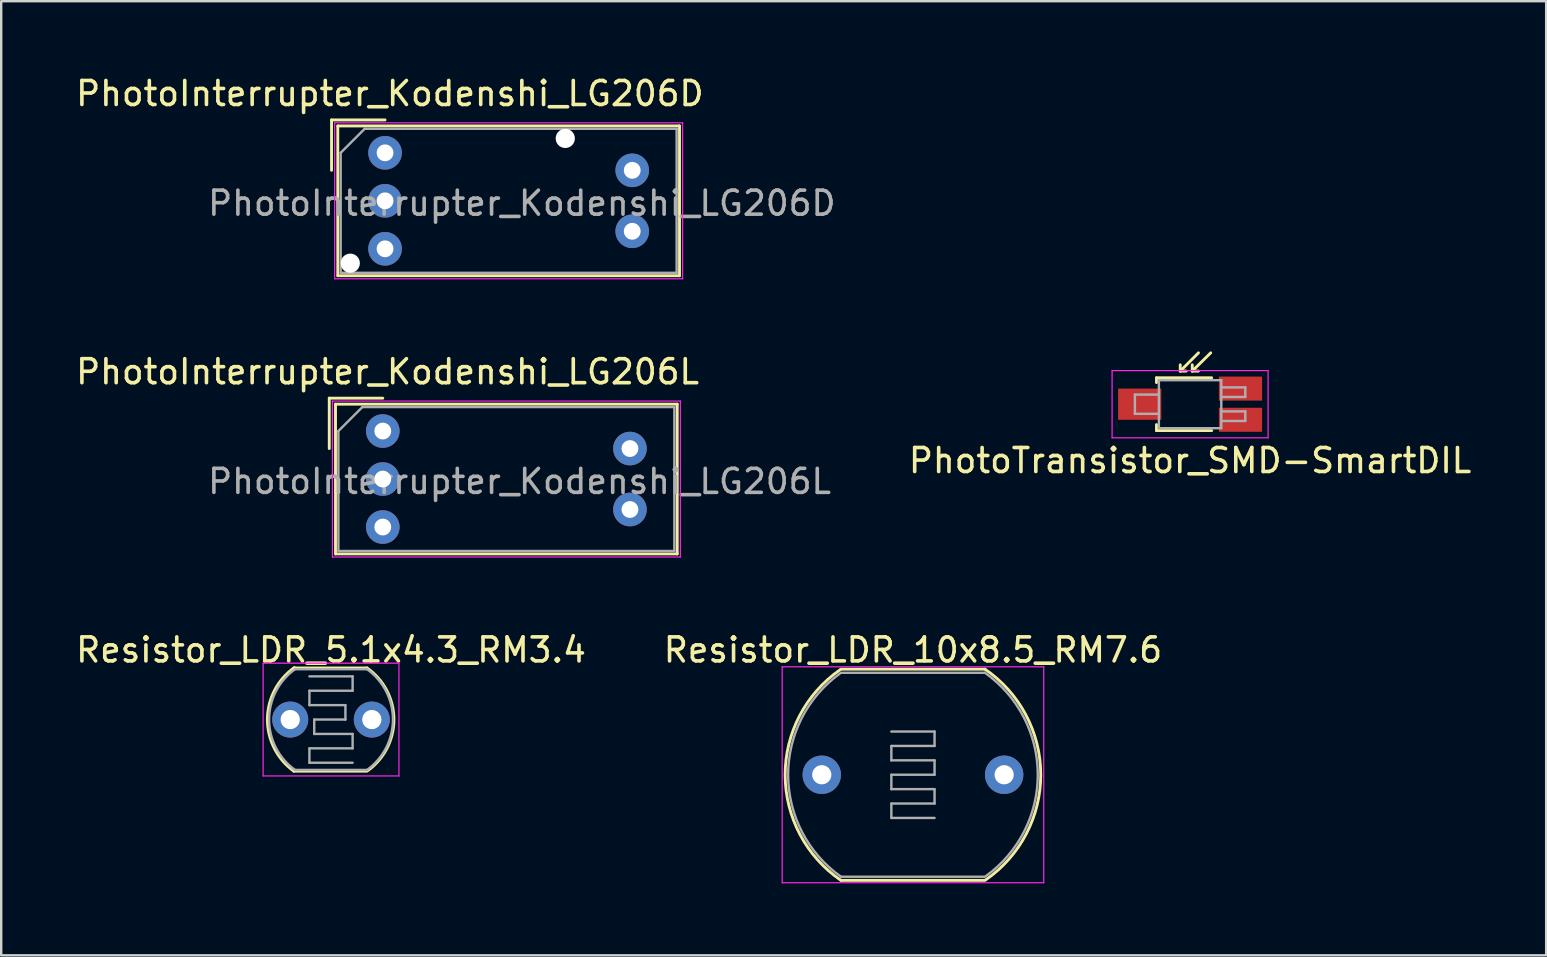
<source format=kicad_pcb>
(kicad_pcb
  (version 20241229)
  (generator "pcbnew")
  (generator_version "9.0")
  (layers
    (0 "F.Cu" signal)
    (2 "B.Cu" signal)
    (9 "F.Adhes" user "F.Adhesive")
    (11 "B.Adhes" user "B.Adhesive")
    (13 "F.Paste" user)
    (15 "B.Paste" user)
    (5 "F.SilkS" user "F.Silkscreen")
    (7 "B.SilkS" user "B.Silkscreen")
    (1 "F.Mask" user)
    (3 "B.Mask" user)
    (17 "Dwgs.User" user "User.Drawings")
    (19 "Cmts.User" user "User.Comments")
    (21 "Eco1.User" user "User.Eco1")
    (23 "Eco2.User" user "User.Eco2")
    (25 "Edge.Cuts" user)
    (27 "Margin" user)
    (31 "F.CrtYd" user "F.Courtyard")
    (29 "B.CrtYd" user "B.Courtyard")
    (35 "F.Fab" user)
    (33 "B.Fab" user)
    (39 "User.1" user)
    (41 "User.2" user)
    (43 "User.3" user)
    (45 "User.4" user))
  (footprint "PhotoTransistor_SMD-SmartDIL"
    (layer "F.Cu")
    (at 46.542 13.793)
    (property "Reference" "PhotoTransistor_SMD-SmartDIL" (at 0 2.35 0) (layer "F.SilkS") (effects (font (size 1 1) (thickness 0.15))))
    (attr smd)
    (fp_line (start -1.4 -1.1) (end -1.4 -0.9) (stroke (width 0.12) (type solid)) (layer "F.SilkS"))
    (fp_line (start -1.4 -1.1) (end 0.9 -1.1) (stroke (width 0.12) (type solid)) (layer "F.SilkS"))
    (fp_line (start -1.4 1.1) (end -1.4 0.85) (stroke (width 0.12) (type solid)) (layer "F.SilkS"))
    (fp_line (start -0.41 -1.38) (end -0.41 -1.64) (stroke (width 0.12) (type solid)) (layer "F.SilkS"))
    (fp_line (start -0.41 -1.38) (end -0.16 -1.38) (stroke (width 0.12) (type solid)) (layer "F.SilkS"))
    (fp_line (start 0.09 -1.38) (end 0.09 -1.64) (stroke (width 0.12) (type solid)) (layer "F.SilkS"))
    (fp_line (start 0.09 -1.38) (end 0.35 -1.38) (stroke (width 0.12) (type solid)) (layer "F.SilkS"))
    (fp_line (start 0.35 -2.14) (end -0.41 -1.38) (stroke (width 0.12) (type solid)) (layer "F.SilkS"))
    (fp_line (start 0.86 -2.14) (end 0.09 -1.38) (stroke (width 0.12) (type solid)) (layer "F.SilkS"))
    (fp_line (start 0.9 1.1) (end -1.4 1.1) (stroke (width 0.12) (type solid)) (layer "F.SilkS"))
    (fp_line (start -3.25 -1.4) (end -3.25 1.4) (stroke (width 0.05) (type solid)) (layer "F.CrtYd"))
    (fp_line (start -3.25 -1.4) (end 3.25 -1.4) (stroke (width 0.05) (type solid)) (layer "F.CrtYd"))
    (fp_line (start 3.25 1.4) (end -3.25 1.4) (stroke (width 0.05) (type solid)) (layer "F.CrtYd"))
    (fp_line (start 3.25 1.4) (end 3.25 -1.4) (stroke (width 0.05) (type solid)) (layer "F.CrtYd"))
    (fp_line (start -2.3 -0.4) (end -2.3 0.4) (stroke (width 0.1) (type solid)) (layer "F.Fab"))
    (fp_line (start -2.3 0.4) (end -1.35 0.4) (stroke (width 0.1) (type solid)) (layer "F.Fab"))
    (fp_line (start -1.3 -1) (end -1.3 1) (stroke (width 0.1) (type solid)) (layer "F.Fab"))
    (fp_line (start -1.3 -0.4) (end -2.3 -0.4) (stroke (width 0.1) (type solid)) (layer "F.Fab"))
    (fp_line (start -1.3 1) (end 1.3 1) (stroke (width 0.1) (type solid)) (layer "F.Fab"))
    (fp_line (start 1.3 -1) (end -1.3 -1) (stroke (width 0.1) (type solid)) (layer "F.Fab"))
    (fp_line (start 1.3 -0.7) (end 2.3 -0.7) (stroke (width 0.1) (type solid)) (layer "F.Fab"))
    (fp_line (start 1.3 0.3) (end 2.3 0.3) (stroke (width 0.1) (type solid)) (layer "F.Fab"))
    (fp_line (start 1.3 1) (end 1.3 -1) (stroke (width 0.1) (type solid)) (layer "F.Fab"))
    (fp_line (start 2.3 -0.7) (end 2.3 -0.3) (stroke (width 0.1) (type solid)) (layer "F.Fab"))
    (fp_line (start 2.3 -0.3) (end 1.3 -0.3) (stroke (width 0.1) (type solid)) (layer "F.Fab"))
    (fp_line (start 2.3 0.3) (end 2.3 0.7) (stroke (width 0.1) (type solid)) (layer "F.Fab"))
    (fp_line (start 2.3 0.7) (end 1.3 0.7) (stroke (width 0.1) (type solid)) (layer "F.Fab"))
    (pad "1" smd rect (at -2.1 0 180) (size 1.8 1.3) (layers "F.Cu" "F.Mask" "F.Paste"))
    (pad "2" smd rect (at 2.1 -0.65 180) (size 1.8 1) (layers "F.Cu" "F.Mask" "F.Paste"))
    (pad "3" smd rect (at 2.1 0.65 180) (size 1.8 1) (layers "F.Cu" "F.Mask" "F.Paste")))
  (footprint "PhotoInterrupter_Kodenshi_LG206L"
    (layer "F.Cu")
    (at 12.901 14.912)
    (property "Reference" "PhotoInterrupter_Kodenshi_LG206L" (at 0.2 -2.47 0) (layer "F.SilkS") (effects (font (size 1 1) (thickness 0.15))))
    (attr through_hole)
    (fp_line (start -2.23 -1.37) (end 0 -1.37) (stroke (width 0.12) (type solid)) (layer "F.SilkS"))
    (fp_line (start -2.23 0.73) (end -2.23 -1.37) (stroke (width 0.12) (type solid)) (layer "F.SilkS"))
    (fp_line (start -1.97 -1.12) (end 12.27 -1.12) (stroke (width 0.12) (type solid)) (layer "F.SilkS"))
    (fp_line (start -1.97 5.12) (end -1.97 -1.12) (stroke (width 0.12) (type solid)) (layer "F.SilkS"))
    (fp_line (start 12.27 -1.12) (end 12.27 5.12) (stroke (width 0.12) (type solid)) (layer "F.SilkS"))
    (fp_line (start 12.27 5.12) (end -1.97 5.12) (stroke (width 0.12) (type solid)) (layer "F.SilkS"))
    (fp_line (start -2.1 -1.25) (end 12.4 -1.25) (stroke (width 0.05) (type solid)) (layer "F.CrtYd"))
    (fp_line (start -2.1 5.25) (end -2.1 -1.25) (stroke (width 0.05) (type solid)) (layer "F.CrtYd"))
    (fp_line (start 12.4 -1.25) (end 12.4 5.25) (stroke (width 0.05) (type solid)) (layer "F.CrtYd"))
    (fp_line (start 12.4 5.25) (end -2.1 5.25) (stroke (width 0.05) (type solid)) (layer "F.CrtYd"))
    (fp_line (start -1.85 0) (end -0.85 -1) (stroke (width 0.1) (type solid)) (layer "F.Fab"))
    (fp_line (start -1.85 5) (end -1.85 0) (stroke (width 0.1) (type solid)) (layer "F.Fab"))
    (fp_line (start -1.85 5) (end 12.15 5) (stroke (width 0.1) (type solid)) (layer "F.Fab"))
    (fp_line (start -0.85 -1) (end 12.15 -1) (stroke (width 0.1) (type solid)) (layer "F.Fab"))
    (fp_line (start 12.15 -1) (end 12.15 5) (stroke (width 0.1) (type solid)) (layer "F.Fab"))
    (fp_text user "${REFERENCE}" (at 5.7 2.1 0) (layer "F.Fab") (effects (font (size 1 1) (thickness 0.15))))
    (pad "1" thru_hole circle (at 0 0) (size 1.4 1.4) (drill 0.7) (layers "*.Cu" "*.Mask"))
    (pad "2" thru_hole circle (at 0 2) (size 1.4 1.4) (drill 0.7) (layers "*.Cu" "*.Mask"))
    (pad "3" thru_hole circle (at 0 4) (size 1.4 1.4) (drill 0.7) (layers "*.Cu" "*.Mask"))
    (pad "4" thru_hole circle (at 10.3 3.27) (size 1.4 1.4) (drill 0.7) (layers "*.Cu" "*.Mask"))
    (pad "5" thru_hole circle (at 10.3 0.73) (size 1.4 1.4) (drill 0.7) (layers "*.Cu" "*.Mask")))
  (footprint "PhotoInterrupter_Kodenshi_LG206D"
    (layer "F.Cu")
    (at 12.996 3.318)
    (property "Reference" "PhotoInterrupter_Kodenshi_LG206D" (at 0.2 -2.47 0) (layer "F.SilkS") (effects (font (size 1 1) (thickness 0.15))))
    (attr through_hole)
    (fp_line (start -2.23 -1.37) (end 0 -1.37) (stroke (width 0.12) (type solid)) (layer "F.SilkS"))
    (fp_line (start -2.23 0.73) (end -2.23 -1.37) (stroke (width 0.12) (type solid)) (layer "F.SilkS"))
    (fp_line (start -1.97 -1.12) (end 12.27 -1.12) (stroke (width 0.12) (type solid)) (layer "F.SilkS"))
    (fp_line (start -1.97 5.12) (end -1.97 -1.12) (stroke (width 0.12) (type solid)) (layer "F.SilkS"))
    (fp_line (start 12.27 -1.12) (end 12.27 5.12) (stroke (width 0.12) (type solid)) (layer "F.SilkS"))
    (fp_line (start 12.27 5.12) (end -1.97 5.12) (stroke (width 0.12) (type solid)) (layer "F.SilkS"))
    (fp_line (start -2.1 -1.25) (end 12.4 -1.25) (stroke (width 0.05) (type solid)) (layer "F.CrtYd"))
    (fp_line (start -2.1 5.25) (end -2.1 -1.25) (stroke (width 0.05) (type solid)) (layer "F.CrtYd"))
    (fp_line (start 12.4 -1.25) (end 12.4 5.25) (stroke (width 0.05) (type solid)) (layer "F.CrtYd"))
    (fp_line (start 12.4 5.25) (end -2.1 5.25) (stroke (width 0.05) (type solid)) (layer "F.CrtYd"))
    (fp_line (start -1.85 0) (end -0.85 -1) (stroke (width 0.1) (type solid)) (layer "F.Fab"))
    (fp_line (start -1.85 5) (end -1.85 0) (stroke (width 0.1) (type solid)) (layer "F.Fab"))
    (fp_line (start -1.85 5) (end 12.15 5) (stroke (width 0.1) (type solid)) (layer "F.Fab"))
    (fp_line (start -0.85 -1) (end 12.15 -1) (stroke (width 0.1) (type solid)) (layer "F.Fab"))
    (fp_line (start 12.15 -1) (end 12.15 5) (stroke (width 0.1) (type solid)) (layer "F.Fab"))
    (fp_text user "${REFERENCE}" (at 5.7 2.1 0) (layer "F.Fab") (effects (font (size 1 1) (thickness 0.15))))
    (pad "" np_thru_hole circle (at -1.45 4.6) (size 0.8 0.8) (drill 0.8) (layers "*.Cu" "*.Mask"))
    (pad "" np_thru_hole circle (at 7.51 -0.6) (size 0.8 0.8) (drill 0.8) (layers "*.Cu" "*.Mask"))
    (pad "1" thru_hole circle (at 0 0) (size 1.4 1.4) (drill 0.7) (layers "*.Cu" "*.Mask"))
    (pad "2" thru_hole circle (at 0 2) (size 1.4 1.4) (drill 0.7) (layers "*.Cu" "*.Mask"))
    (pad "3" thru_hole circle (at 0 4) (size 1.4 1.4) (drill 0.7) (layers "*.Cu" "*.Mask"))
    (pad "4" thru_hole circle (at 10.3 3.27) (size 1.4 1.4) (drill 0.7) (layers "*.Cu" "*.Mask"))
    (pad "5" thru_hole circle (at 10.3 0.73) (size 1.4 1.4) (drill 0.7) (layers "*.Cu" "*.Mask")))
  (footprint "Resistor_LDR_5.1x4.3_RM3.4"
    (layer "F.Cu")
    (at 9.044 26.935)
    (property "Reference" "Resistor_LDR_5.1x4.3_RM3.4" (at 1.7 -2.9 0) (layer "F.SilkS") (effects (font (size 1 1) (thickness 0.15))))
    (attr through_hole)
    (fp_line (start 0.15 -2.15) (end 3.2 -2.15) (stroke (width 0.12) (type solid)) (layer "F.SilkS"))
    (fp_line (start 0.15 2.15) (end 3.2 2.15) (stroke (width 0.12) (type solid)) (layer "F.SilkS"))
    (fp_arc (start 0.15 2.15) (mid -0.950438 -0.013368) (end 0.171766 -2.165525) (stroke (width 0.12) (type solid)) (layer "F.SilkS"))
    (fp_arc (start 3.2 -2.15) (mid 4.321403 -0.027338) (end 3.244513 2.118249) (stroke (width 0.12) (type solid)) (layer "F.SilkS"))
    (fp_line (start -1.13 -2.35) (end -1.13 2.35) (stroke (width 0.05) (type solid)) (layer "F.CrtYd"))
    (fp_line (start -1.13 -2.35) (end 4.53 -2.35) (stroke (width 0.05) (type solid)) (layer "F.CrtYd"))
    (fp_line (start 4.53 2.35) (end -1.13 2.35) (stroke (width 0.05) (type solid)) (layer "F.CrtYd"))
    (fp_line (start 4.53 2.35) (end 4.53 -2.35) (stroke (width 0.05) (type solid)) (layer "F.CrtYd"))
    (fp_line (start 0.2 -2.1) (end 3.2 -2.1) (stroke (width 0.1) (type solid)) (layer "F.Fab"))
    (fp_line (start 0.8 -1.8) (end 2.6 -1.8) (stroke (width 0.1) (type solid)) (layer "F.Fab"))
    (fp_line (start 0.8 -1.2) (end 0.8 -0.6) (stroke (width 0.1) (type solid)) (layer "F.Fab"))
    (fp_line (start 0.8 1.2) (end 0.8 1.8) (stroke (width 0.1) (type solid)) (layer "F.Fab"))
    (fp_line (start 0.8 1.8) (end 2.6 1.8) (stroke (width 0.1) (type solid)) (layer "F.Fab"))
    (fp_line (start 1 0) (end 1 0.6) (stroke (width 0.1) (type solid)) (layer "F.Fab"))
    (fp_line (start 1 0) (end 2.3 0) (stroke (width 0.1) (type solid)) (layer "F.Fab"))
    (fp_line (start 2.3 -0.6) (end 0.8 -0.6) (stroke (width 0.1) (type solid)) (layer "F.Fab"))
    (fp_line (start 2.3 0) (end 2.3 -0.6) (stroke (width 0.1) (type solid)) (layer "F.Fab"))
    (fp_line (start 2.6 -1.8) (end 2.6 -1.2) (stroke (width 0.1) (type solid)) (layer "F.Fab"))
    (fp_line (start 2.6 -1.2) (end 0.8 -1.2) (stroke (width 0.1) (type solid)) (layer "F.Fab"))
    (fp_line (start 2.6 0.6) (end 1 0.6) (stroke (width 0.1) (type solid)) (layer "F.Fab"))
    (fp_line (start 2.6 0.6) (end 2.6 1.2) (stroke (width 0.1) (type solid)) (layer "F.Fab"))
    (fp_line (start 2.6 1.2) (end 0.8 1.2) (stroke (width 0.1) (type solid)) (layer "F.Fab"))
    (fp_line (start 3.2 2.1) (end 0.2 2.1) (stroke (width 0.1) (type solid)) (layer "F.Fab"))
    (fp_arc (start 0.2 2.1) (mid -0.880697 -0.001697) (end 0.202763 -2.101971) (stroke (width 0.1) (type solid)) (layer "F.Fab"))
    (fp_arc (start 3.2 -2.1) (mid 4.280697 0.001697) (end 3.197237 2.101971) (stroke (width 0.1) (type solid)) (layer "F.Fab"))
    (pad "1" thru_hole circle (at 0 0) (size 1.5 1.5) (drill 0.8) (layers "*.Cu" "*.Mask"))
    (pad "2" thru_hole circle (at 3.4 0) (size 1.5 1.5) (drill 0.8) (layers "*.Cu" "*.Mask")))
  (footprint "Resistor_LDR_10x8.5_RM7.6"
    (layer "F.Cu")
    (at 31.194 29.235)
    (property "Reference" "Resistor_LDR_10x8.5_RM7.6" (at 3.8 -5.2 0) (layer "F.SilkS") (effects (font (size 1 1) (thickness 0.15))))
    (attr through_hole)
    (fp_line (start 0.8 -4.4) (end 6.8 -4.4) (stroke (width 0.12) (type solid)) (layer "F.SilkS"))
    (fp_line (start 0.8 4.4) (end 6.8 4.4) (stroke (width 0.12) (type solid)) (layer "F.SilkS"))
    (fp_arc (start 0.8 4.4) (mid -1.525374 0.019809) (end 0.76735 -4.37756) (stroke (width 0.12) (type solid)) (layer "F.SilkS"))
    (fp_arc (start 6.8 -4.4) (mid 9.125374 -0.019809) (end 6.83265 4.37756) (stroke (width 0.12) (type solid)) (layer "F.SilkS"))
    (fp_line (start -1.65 -4.5) (end -1.65 4.5) (stroke (width 0.05) (type solid)) (layer "F.CrtYd"))
    (fp_line (start -1.65 -4.5) (end 9.25 -4.5) (stroke (width 0.05) (type solid)) (layer "F.CrtYd"))
    (fp_line (start 9.25 4.5) (end -1.65 4.5) (stroke (width 0.05) (type solid)) (layer "F.CrtYd"))
    (fp_line (start 9.25 4.5) (end 9.25 -4.5) (stroke (width 0.05) (type solid)) (layer "F.CrtYd"))
    (fp_line (start 0.8 -4.25) (end 6.8 -4.25) (stroke (width 0.1) (type solid)) (layer "F.Fab"))
    (fp_line (start 2.9 -1.8) (end 4.7 -1.8) (stroke (width 0.1) (type solid)) (layer "F.Fab"))
    (fp_line (start 2.9 -1.2) (end 2.9 -0.6) (stroke (width 0.1) (type solid)) (layer "F.Fab"))
    (fp_line (start 2.9 -0.6) (end 4.7 -0.6) (stroke (width 0.1) (type solid)) (layer "F.Fab"))
    (fp_line (start 2.9 0) (end 2.9 0.6) (stroke (width 0.1) (type solid)) (layer "F.Fab"))
    (fp_line (start 2.9 0.6) (end 4.7 0.6) (stroke (width 0.1) (type solid)) (layer "F.Fab"))
    (fp_line (start 2.9 1.2) (end 2.9 1.8) (stroke (width 0.1) (type solid)) (layer "F.Fab"))
    (fp_line (start 2.9 1.8) (end 4.7 1.8) (stroke (width 0.1) (type solid)) (layer "F.Fab"))
    (fp_line (start 4.7 -1.8) (end 4.7 -1.2) (stroke (width 0.1) (type solid)) (layer "F.Fab"))
    (fp_line (start 4.7 -1.2) (end 2.9 -1.2) (stroke (width 0.1) (type solid)) (layer "F.Fab"))
    (fp_line (start 4.7 -0.6) (end 4.7 0) (stroke (width 0.1) (type solid)) (layer "F.Fab"))
    (fp_line (start 4.7 0) (end 2.9 0) (stroke (width 0.1) (type solid)) (layer "F.Fab"))
    (fp_line (start 4.7 0.6) (end 4.7 1.2) (stroke (width 0.1) (type solid)) (layer "F.Fab"))
    (fp_line (start 4.7 1.2) (end 2.9 1.2) (stroke (width 0.1) (type solid)) (layer "F.Fab"))
    (fp_line (start 6.8 4.25) (end 0.8 4.25) (stroke (width 0.1) (type solid)) (layer "F.Fab"))
    (fp_arc (start 0.8 4.25) (mid -1.4021 0.025641) (end 0.758251 -4.22022) (stroke (width 0.1) (type solid)) (layer "F.Fab"))
    (fp_arc (start 6.8 -4.25) (mid 9.0021 -0.025641) (end 6.841749 4.22022) (stroke (width 0.1) (type solid)) (layer "F.Fab"))
    (pad "1" thru_hole circle (at 0 0) (size 1.6 1.6) (drill 0.8) (layers "*.Cu" "*.Mask"))
    (pad "2" thru_hole circle (at 7.6 0) (size 1.6 1.6) (drill 0.8) (layers "*.Cu" "*.Mask")))
  (gr_rect
    (start -3 -3)
    (end 61.381 36.76)
    (stroke (width 0.1) (type default))
    (fill no)
    (layer "Edge.Cuts")))
</source>
